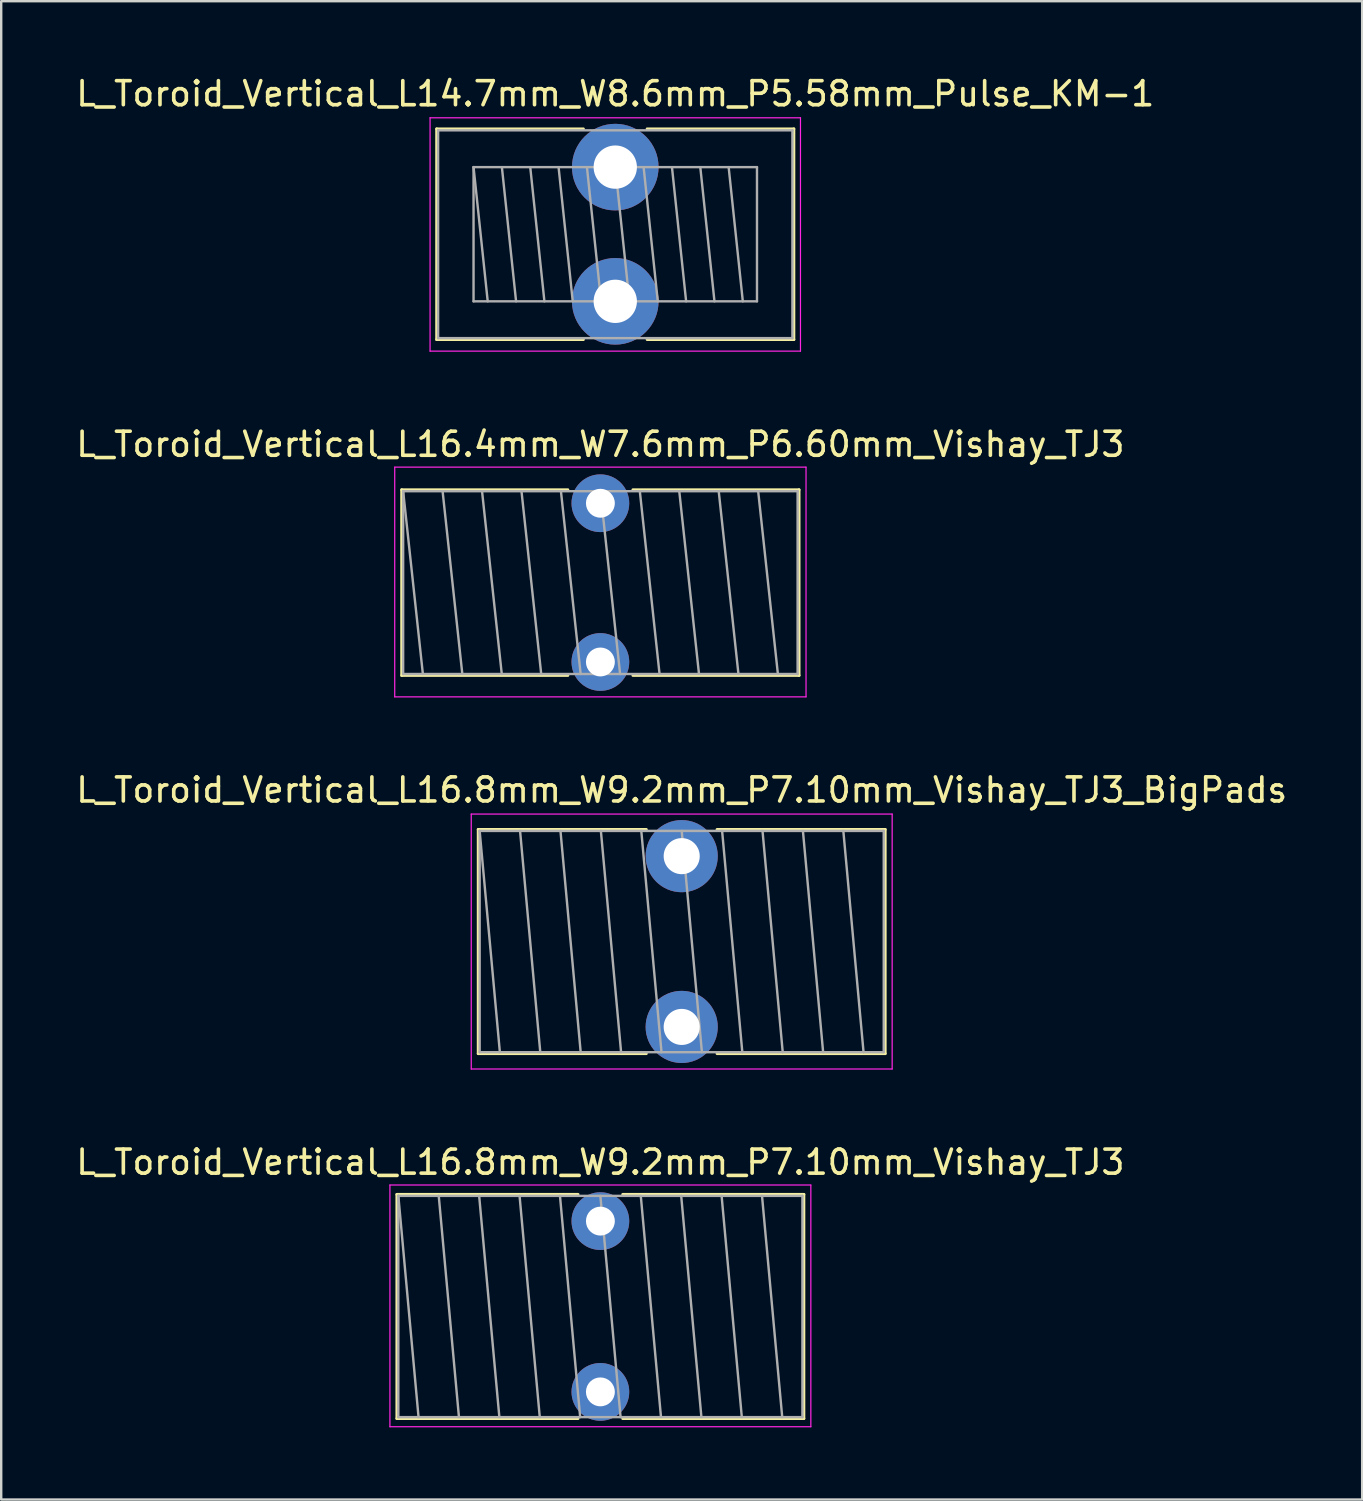
<source format=kicad_pcb>
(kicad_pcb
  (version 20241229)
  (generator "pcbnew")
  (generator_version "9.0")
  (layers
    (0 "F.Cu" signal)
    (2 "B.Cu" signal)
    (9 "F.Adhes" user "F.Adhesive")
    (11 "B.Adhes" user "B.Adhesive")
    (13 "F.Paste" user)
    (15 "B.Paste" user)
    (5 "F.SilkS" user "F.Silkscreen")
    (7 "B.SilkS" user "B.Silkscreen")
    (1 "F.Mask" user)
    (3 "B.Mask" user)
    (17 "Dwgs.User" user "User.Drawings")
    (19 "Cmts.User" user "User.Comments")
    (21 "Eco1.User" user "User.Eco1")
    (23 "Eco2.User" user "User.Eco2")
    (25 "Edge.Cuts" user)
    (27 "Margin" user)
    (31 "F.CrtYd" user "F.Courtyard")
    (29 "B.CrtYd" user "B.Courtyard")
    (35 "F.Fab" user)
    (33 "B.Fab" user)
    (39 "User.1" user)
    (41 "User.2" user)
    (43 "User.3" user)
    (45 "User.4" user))
  (footprint "L_Toroid_Vertical_L14.7mm_W8.6mm_P5.58mm_Pulse_KM-1"
    (layer "F.Cu")
    (at 22.53 3.898)
    (property "Reference" "L_Toroid_Vertical_L14.7mm_W8.6mm_P5.58mm_Pulse_KM-1" (at 0 -3.05 0) (layer "F.SilkS") (effects (font (size 1 1) (thickness 0.15))))
    (attr through_hole)
    (fp_line (start -7.425 -1.59) (end -7.425 7.17) (stroke (width 0.12) (type solid)) (layer "F.SilkS"))
    (fp_line (start -7.425 -1.59) (end -1.325 -1.59) (stroke (width 0.12) (type solid)) (layer "F.SilkS"))
    (fp_line (start -7.425 7.17) (end -1.325 7.17) (stroke (width 0.12) (type solid)) (layer "F.SilkS"))
    (fp_line (start 1.325 -1.59) (end 7.425 -1.59) (stroke (width 0.12) (type solid)) (layer "F.SilkS"))
    (fp_line (start 1.325 7.17) (end 7.425 7.17) (stroke (width 0.12) (type solid)) (layer "F.SilkS"))
    (fp_line (start 7.425 -1.59) (end 7.425 7.17) (stroke (width 0.12) (type solid)) (layer "F.SilkS"))
    (fp_line (start -7.7 -2.05) (end -7.7 7.65) (stroke (width 0.05) (type solid)) (layer "F.CrtYd"))
    (fp_line (start -7.7 7.65) (end 7.7 7.65) (stroke (width 0.05) (type solid)) (layer "F.CrtYd"))
    (fp_line (start 7.7 -2.05) (end -7.7 -2.05) (stroke (width 0.05) (type solid)) (layer "F.CrtYd"))
    (fp_line (start 7.7 7.65) (end 7.7 -2.05) (stroke (width 0.05) (type solid)) (layer "F.CrtYd"))
    (fp_line (start -7.365 -1.53) (end -7.365 7.11) (stroke (width 0.1) (type solid)) (layer "F.Fab"))
    (fp_line (start -7.365 7.11) (end 7.365 7.11) (stroke (width 0.1) (type solid)) (layer "F.Fab"))
    (fp_line (start -5.892 0) (end -5.892 5.58) (stroke (width 0.1) (type solid)) (layer "F.Fab"))
    (fp_line (start -5.892 0) (end -5.303 5.58) (stroke (width 0.1) (type solid)) (layer "F.Fab"))
    (fp_line (start -5.892 5.58) (end 5.892 5.58) (stroke (width 0.1) (type solid)) (layer "F.Fab"))
    (fp_line (start -4.714 0) (end -4.124 5.58) (stroke (width 0.1) (type solid)) (layer "F.Fab"))
    (fp_line (start -3.535 0) (end -2.946 5.58) (stroke (width 0.1) (type solid)) (layer "F.Fab"))
    (fp_line (start -2.357 0) (end -1.768 5.58) (stroke (width 0.1) (type solid)) (layer "F.Fab"))
    (fp_line (start -1.178 0) (end -0.589 5.58) (stroke (width 0.1) (type solid)) (layer "F.Fab"))
    (fp_line (start 0 0) (end 0.589 5.58) (stroke (width 0.1) (type solid)) (layer "F.Fab"))
    (fp_line (start 1.178 0) (end 1.768 5.58) (stroke (width 0.1) (type solid)) (layer "F.Fab"))
    (fp_line (start 2.357 0) (end 2.946 5.58) (stroke (width 0.1) (type solid)) (layer "F.Fab"))
    (fp_line (start 3.535 0) (end 4.124 5.58) (stroke (width 0.1) (type solid)) (layer "F.Fab"))
    (fp_line (start 4.714 0) (end 5.303 5.58) (stroke (width 0.1) (type solid)) (layer "F.Fab"))
    (fp_line (start 5.892 0) (end -5.892 0) (stroke (width 0.1) (type solid)) (layer "F.Fab"))
    (fp_line (start 5.892 5.58) (end 5.892 0) (stroke (width 0.1) (type solid)) (layer "F.Fab"))
    (fp_line (start 7.365 -1.53) (end -7.365 -1.53) (stroke (width 0.1) (type solid)) (layer "F.Fab"))
    (fp_line (start 7.365 7.11) (end 7.365 -1.53) (stroke (width 0.1) (type solid)) (layer "F.Fab"))
    (pad "1" thru_hole circle (at 0 0) (size 3.6 3.6) (drill 1.8) (layers "*.Cu" "*.Mask"))
    (pad "2" thru_hole circle (at 0 5.58) (size 3.6 3.6) (drill 1.8) (layers "*.Cu" "*.Mask")))
  (footprint "L_Toroid_Vertical_L16.4mm_W7.6mm_P6.60mm_Vishay_TJ3"
    (layer "F.Cu")
    (at 21.911 17.872)
    (property "Reference" "L_Toroid_Vertical_L16.4mm_W7.6mm_P6.60mm_Vishay_TJ3" (at 0 -2.45 0) (layer "F.SilkS") (effects (font (size 1 1) (thickness 0.15))))
    (attr through_hole)
    (fp_line (start -8.26 -0.56) (end -8.26 7.16) (stroke (width 0.12) (type solid)) (layer "F.SilkS"))
    (fp_line (start -8.26 -0.56) (end -1.352 -0.56) (stroke (width 0.12) (type solid)) (layer "F.SilkS"))
    (fp_line (start -8.26 7.16) (end -1.352 7.16) (stroke (width 0.12) (type solid)) (layer "F.SilkS"))
    (fp_line (start 1.352 -0.56) (end 8.26 -0.56) (stroke (width 0.12) (type solid)) (layer "F.SilkS"))
    (fp_line (start 1.352 7.16) (end 8.26 7.16) (stroke (width 0.12) (type solid)) (layer "F.SilkS"))
    (fp_line (start 8.26 -0.56) (end 8.26 7.16) (stroke (width 0.12) (type solid)) (layer "F.SilkS"))
    (fp_line (start -8.55 -1.5) (end -8.55 8.05) (stroke (width 0.05) (type solid)) (layer "F.CrtYd"))
    (fp_line (start -8.55 8.05) (end 8.55 8.05) (stroke (width 0.05) (type solid)) (layer "F.CrtYd"))
    (fp_line (start 8.55 -1.5) (end -8.55 -1.5) (stroke (width 0.05) (type solid)) (layer "F.CrtYd"))
    (fp_line (start 8.55 8.05) (end 8.55 -1.5) (stroke (width 0.05) (type solid)) (layer "F.CrtYd"))
    (fp_line (start -8.2 -0.5) (end -8.2 7.1) (stroke (width 0.1) (type solid)) (layer "F.Fab"))
    (fp_line (start -8.2 -0.5) (end -7.38 7.1) (stroke (width 0.1) (type solid)) (layer "F.Fab"))
    (fp_line (start -8.2 7.1) (end 8.2 7.1) (stroke (width 0.1) (type solid)) (layer "F.Fab"))
    (fp_line (start -6.56 -0.5) (end -5.74 7.1) (stroke (width 0.1) (type solid)) (layer "F.Fab"))
    (fp_line (start -4.92 -0.5) (end -4.1 7.1) (stroke (width 0.1) (type solid)) (layer "F.Fab"))
    (fp_line (start -3.28 -0.5) (end -2.46 7.1) (stroke (width 0.1) (type solid)) (layer "F.Fab"))
    (fp_line (start -1.64 -0.5) (end -0.82 7.1) (stroke (width 0.1) (type solid)) (layer "F.Fab"))
    (fp_line (start 0 -0.5) (end 0.82 7.1) (stroke (width 0.1) (type solid)) (layer "F.Fab"))
    (fp_line (start 1.64 -0.5) (end 2.46 7.1) (stroke (width 0.1) (type solid)) (layer "F.Fab"))
    (fp_line (start 3.28 -0.5) (end 4.1 7.1) (stroke (width 0.1) (type solid)) (layer "F.Fab"))
    (fp_line (start 4.92 -0.5) (end 5.74 7.1) (stroke (width 0.1) (type solid)) (layer "F.Fab"))
    (fp_line (start 6.56 -0.5) (end 7.38 7.1) (stroke (width 0.1) (type solid)) (layer "F.Fab"))
    (fp_line (start 8.2 -0.5) (end -8.2 -0.5) (stroke (width 0.1) (type solid)) (layer "F.Fab"))
    (fp_line (start 8.2 7.1) (end 8.2 -0.5) (stroke (width 0.1) (type solid)) (layer "F.Fab"))
    (pad "1" thru_hole circle (at 0 0) (size 2.4 2.4) (drill 1.2) (layers "*.Cu" "*.Mask"))
    (pad "2" thru_hole circle (at 0 6.6) (size 2.4 2.4) (drill 1.2) (layers "*.Cu" "*.Mask")))
  (footprint "L_Toroid_Vertical_L16.8mm_W9.2mm_P7.10mm_Vishay_TJ3"
    (layer "F.Cu")
    (at 21.911 47.718)
    (property "Reference" "L_Toroid_Vertical_L16.8mm_W9.2mm_P7.10mm_Vishay_TJ3" (at 0 -2.45 0) (layer "F.SilkS") (effects (font (size 1 1) (thickness 0.15))))
    (attr through_hole)
    (fp_line (start -8.46 -1.11) (end -8.46 8.21) (stroke (width 0.12) (type solid)) (layer "F.SilkS"))
    (fp_line (start -8.46 -1.11) (end -0.928 -1.11) (stroke (width 0.12) (type solid)) (layer "F.SilkS"))
    (fp_line (start -8.46 8.21) (end -0.928 8.21) (stroke (width 0.12) (type solid)) (layer "F.SilkS"))
    (fp_line (start 0.928 -1.11) (end 8.46 -1.11) (stroke (width 0.12) (type solid)) (layer "F.SilkS"))
    (fp_line (start 0.928 8.21) (end 8.46 8.21) (stroke (width 0.12) (type solid)) (layer "F.SilkS"))
    (fp_line (start 8.46 -1.11) (end 8.46 8.21) (stroke (width 0.12) (type solid)) (layer "F.SilkS"))
    (fp_line (start -8.75 -1.5) (end -8.75 8.55) (stroke (width 0.05) (type solid)) (layer "F.CrtYd"))
    (fp_line (start -8.75 8.55) (end 8.75 8.55) (stroke (width 0.05) (type solid)) (layer "F.CrtYd"))
    (fp_line (start 8.75 -1.5) (end -8.75 -1.5) (stroke (width 0.05) (type solid)) (layer "F.CrtYd"))
    (fp_line (start 8.75 8.55) (end 8.75 -1.5) (stroke (width 0.05) (type solid)) (layer "F.CrtYd"))
    (fp_line (start -8.4 -1.05) (end -8.4 8.15) (stroke (width 0.1) (type solid)) (layer "F.Fab"))
    (fp_line (start -8.4 -1.05) (end -7.56 8.15) (stroke (width 0.1) (type solid)) (layer "F.Fab"))
    (fp_line (start -8.4 8.15) (end 8.4 8.15) (stroke (width 0.1) (type solid)) (layer "F.Fab"))
    (fp_line (start -6.72 -1.05) (end -5.88 8.15) (stroke (width 0.1) (type solid)) (layer "F.Fab"))
    (fp_line (start -5.04 -1.05) (end -4.2 8.15) (stroke (width 0.1) (type solid)) (layer "F.Fab"))
    (fp_line (start -3.36 -1.05) (end -2.52 8.15) (stroke (width 0.1) (type solid)) (layer "F.Fab"))
    (fp_line (start -1.68 -1.05) (end -0.84 8.15) (stroke (width 0.1) (type solid)) (layer "F.Fab"))
    (fp_line (start 0 -1.05) (end 0.84 8.15) (stroke (width 0.1) (type solid)) (layer "F.Fab"))
    (fp_line (start 1.68 -1.05) (end 2.52 8.15) (stroke (width 0.1) (type solid)) (layer "F.Fab"))
    (fp_line (start 3.36 -1.05) (end 4.2 8.15) (stroke (width 0.1) (type solid)) (layer "F.Fab"))
    (fp_line (start 5.04 -1.05) (end 5.88 8.15) (stroke (width 0.1) (type solid)) (layer "F.Fab"))
    (fp_line (start 6.72 -1.05) (end 7.56 8.15) (stroke (width 0.1) (type solid)) (layer "F.Fab"))
    (fp_line (start 8.4 -1.05) (end -8.4 -1.05) (stroke (width 0.1) (type solid)) (layer "F.Fab"))
    (fp_line (start 8.4 8.15) (end 8.4 -1.05) (stroke (width 0.1) (type solid)) (layer "F.Fab"))
    (pad "1" thru_hole circle (at 0 0) (size 2.4 2.4) (drill 1.2) (layers "*.Cu" "*.Mask"))
    (pad "2" thru_hole circle (at 0 7.1) (size 2.4 2.4) (drill 1.2) (layers "*.Cu" "*.Mask")))
  (footprint "L_Toroid_Vertical_L16.8mm_W9.2mm_P7.10mm_Vishay_TJ3_BigPads"
    (layer "F.Cu")
    (at 25.292 32.545)
    (property "Reference" "L_Toroid_Vertical_L16.8mm_W9.2mm_P7.10mm_Vishay_TJ3_BigPads" (at 0 -2.75 0) (layer "F.SilkS") (effects (font (size 1 1) (thickness 0.15))))
    (attr through_hole)
    (fp_line (start -8.46 -1.11) (end -8.46 8.21) (stroke (width 0.12) (type solid)) (layer "F.SilkS"))
    (fp_line (start -8.46 -1.11) (end -1.47 -1.11) (stroke (width 0.12) (type solid)) (layer "F.SilkS"))
    (fp_line (start -8.46 8.21) (end -1.47 8.21) (stroke (width 0.12) (type solid)) (layer "F.SilkS"))
    (fp_line (start 1.47 -1.11) (end 8.46 -1.11) (stroke (width 0.12) (type solid)) (layer "F.SilkS"))
    (fp_line (start 1.47 8.21) (end 8.46 8.21) (stroke (width 0.12) (type solid)) (layer "F.SilkS"))
    (fp_line (start 8.46 -1.11) (end 8.46 8.21) (stroke (width 0.12) (type solid)) (layer "F.SilkS"))
    (fp_line (start -8.75 -1.75) (end -8.75 8.85) (stroke (width 0.05) (type solid)) (layer "F.CrtYd"))
    (fp_line (start -8.75 8.85) (end 8.75 8.85) (stroke (width 0.05) (type solid)) (layer "F.CrtYd"))
    (fp_line (start 8.75 -1.75) (end -8.75 -1.75) (stroke (width 0.05) (type solid)) (layer "F.CrtYd"))
    (fp_line (start 8.75 8.85) (end 8.75 -1.75) (stroke (width 0.05) (type solid)) (layer "F.CrtYd"))
    (fp_line (start -8.4 -1.05) (end -8.4 8.15) (stroke (width 0.1) (type solid)) (layer "F.Fab"))
    (fp_line (start -8.4 -1.05) (end -7.56 8.15) (stroke (width 0.1) (type solid)) (layer "F.Fab"))
    (fp_line (start -8.4 8.15) (end 8.4 8.15) (stroke (width 0.1) (type solid)) (layer "F.Fab"))
    (fp_line (start -6.72 -1.05) (end -5.88 8.15) (stroke (width 0.1) (type solid)) (layer "F.Fab"))
    (fp_line (start -5.04 -1.05) (end -4.2 8.15) (stroke (width 0.1) (type solid)) (layer "F.Fab"))
    (fp_line (start -3.36 -1.05) (end -2.52 8.15) (stroke (width 0.1) (type solid)) (layer "F.Fab"))
    (fp_line (start -1.68 -1.05) (end -0.84 8.15) (stroke (width 0.1) (type solid)) (layer "F.Fab"))
    (fp_line (start 0 -1.05) (end 0.84 8.15) (stroke (width 0.1) (type solid)) (layer "F.Fab"))
    (fp_line (start 1.68 -1.05) (end 2.52 8.15) (stroke (width 0.1) (type solid)) (layer "F.Fab"))
    (fp_line (start 3.36 -1.05) (end 4.2 8.15) (stroke (width 0.1) (type solid)) (layer "F.Fab"))
    (fp_line (start 5.04 -1.05) (end 5.88 8.15) (stroke (width 0.1) (type solid)) (layer "F.Fab"))
    (fp_line (start 6.72 -1.05) (end 7.56 8.15) (stroke (width 0.1) (type solid)) (layer "F.Fab"))
    (fp_line (start 8.4 -1.05) (end -8.4 -1.05) (stroke (width 0.1) (type solid)) (layer "F.Fab"))
    (fp_line (start 8.4 8.15) (end 8.4 -1.05) (stroke (width 0.1) (type solid)) (layer "F.Fab"))
    (pad "1" thru_hole circle (at 0 0) (size 3 3) (drill 1.5) (layers "*.Cu" "*.Mask"))
    (pad "2" thru_hole circle (at 0 7.1) (size 3 3) (drill 1.5) (layers "*.Cu" "*.Mask")))
  (gr_rect
    (start -3 -3)
    (end 53.583 59.293)
    (stroke (width 0.1) (type default))
    (fill no)
    (layer "Edge.Cuts")))
</source>
